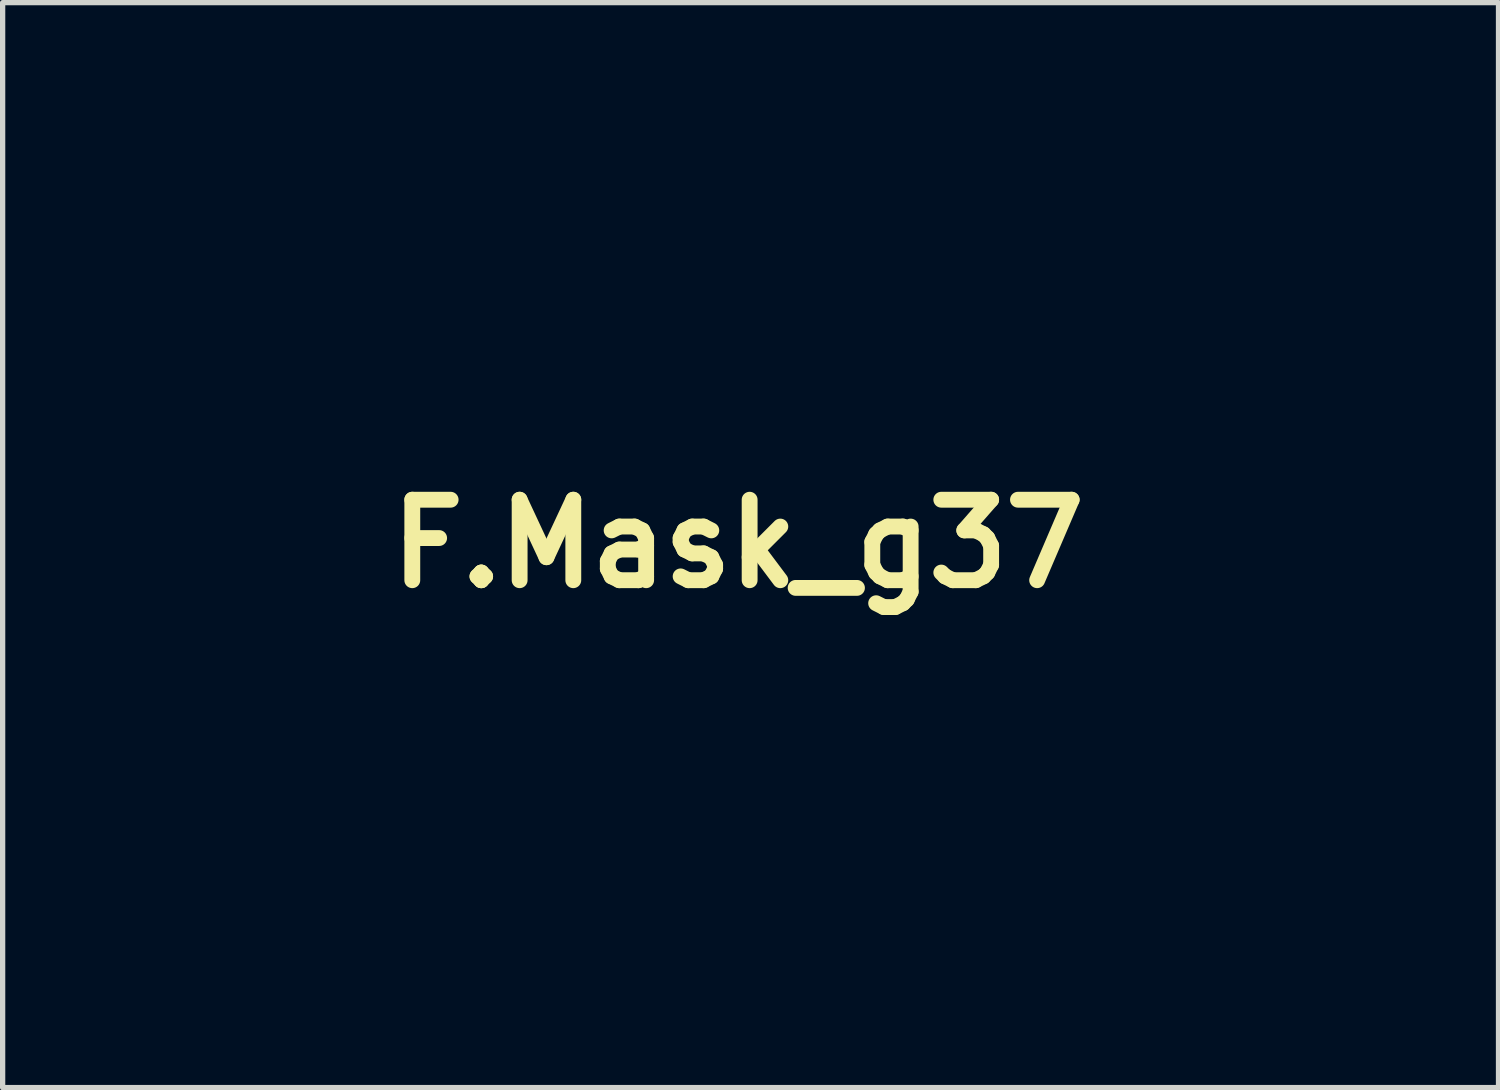
<source format=kicad_pcb>
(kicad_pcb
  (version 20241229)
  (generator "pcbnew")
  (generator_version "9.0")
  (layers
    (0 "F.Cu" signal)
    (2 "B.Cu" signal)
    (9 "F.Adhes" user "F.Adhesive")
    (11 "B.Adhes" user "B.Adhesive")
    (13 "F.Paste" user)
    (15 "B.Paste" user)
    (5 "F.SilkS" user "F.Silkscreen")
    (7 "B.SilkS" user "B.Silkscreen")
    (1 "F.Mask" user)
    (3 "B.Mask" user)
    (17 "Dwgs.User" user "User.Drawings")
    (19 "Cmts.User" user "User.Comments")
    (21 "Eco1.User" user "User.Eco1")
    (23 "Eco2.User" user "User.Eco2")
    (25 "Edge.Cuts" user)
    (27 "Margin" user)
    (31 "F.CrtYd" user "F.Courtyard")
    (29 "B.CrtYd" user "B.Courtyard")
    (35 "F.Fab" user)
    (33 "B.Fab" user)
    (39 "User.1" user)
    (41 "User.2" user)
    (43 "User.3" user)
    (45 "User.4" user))
  (footprint "F.Mask_g37"
    (layer "F.Cu")
    (at 10.924 7.245)
    (property "Reference" "F.Mask_g37" (at 0 0 0) (layer "F.SilkS") (effects (font (size 1.524 1.524) (thickness 0.3))))
    (attr through_hole)
    (fp_poly (pts (xy 1.371 -5.713) (xy 1.577 -5.708) (xy 1.715 -5.699) (xy 1.793 -5.685) (xy 1.82 -5.665) (xy 1.82 -5.663) (xy 1.806 -5.6) (xy 1.767 -5.483) (xy 1.713 -5.337) (xy 1.708 -5.324) (xy 1.595 -5.038) (xy 0.861 -5.038) (xy 0.622 -5.039) (xy 0.416 -5.044) (xy 0.256 -5.051) (xy 0.155 -5.061) (xy 0.126 -5.069) (xy 0.14 -5.122) (xy 0.177 -5.231) (xy 0.23 -5.376) (xy 0.242 -5.408) (xy 0.358 -5.715) (xy 1.089 -5.715) (xy 1.371 -5.713)) (stroke (width 0.01) (type solid)) (fill yes) (layer "F.Mask"))
    (fp_poly (pts (xy 7.881 -7.085) (xy 7.923 -7.066) (xy 7.996 -6.997) (xy 8.063 -6.889) (xy 8.069 -6.874) (xy 8.104 -6.775) (xy 8.104 -6.692) (xy 8.067 -6.585) (xy 8.05 -6.545) (xy 7.927 -6.35) (xy 7.747 -6.203) (xy 7.504 -6.099) (xy 7.207 -6.036) (xy 7.083 -6.027) (xy 7.03 -6.048) (xy 7.027 -6.061) (xy 7.045 -6.14) (xy 7.092 -6.274) (xy 7.159 -6.44) (xy 7.236 -6.619) (xy 7.316 -6.789) (xy 7.387 -6.929) (xy 7.443 -7.02) (xy 7.458 -7.038) (xy 7.577 -7.094) (xy 7.731 -7.11) (xy 7.881 -7.085)) (stroke (width 0.01) (type solid)) (fill yes) (layer "F.Mask"))
    (fp_poly (pts (xy 11.232 -5.723) (xy 11.389 -5.562) (xy 11.116 -4.891) (xy 10.988 -4.577) (xy 10.881 -4.333) (xy 10.781 -4.149) (xy 10.677 -4.016) (xy 10.555 -3.926) (xy 10.403 -3.87) (xy 10.209 -3.84) (xy 9.959 -3.826) (xy 9.64 -3.819) (xy 9.567 -3.818) (xy 8.742 -3.805) (xy 8.579 -3.972) (xy 8.417 -4.139) (xy 8.493 -4.348) (xy 9.484 -4.348) (xy 9.521 -4.331) (xy 9.62 -4.324) (xy 9.72 -4.326) (xy 9.957 -4.339) (xy 10.143 -4.802) (xy 10.238 -5.038) (xy 10.304 -5.206) (xy 10.341 -5.316) (xy 10.348 -5.381) (xy 10.325 -5.412) (xy 10.272 -5.419) (xy 10.189 -5.414) (xy 10.133 -5.41) (xy 9.887 -5.397) (xy 9.686 -4.889) (xy 9.61 -4.696) (xy 9.548 -4.531) (xy 9.503 -4.411) (xy 9.484 -4.35) (xy 9.484 -4.348) (xy 8.493 -4.348) (xy 8.523 -4.429) (xy 8.651 -4.778) (xy 8.757 -5.057) (xy 8.847 -5.274) (xy 8.924 -5.439) (xy 8.995 -5.562) (xy 9.065 -5.652) (xy 9.139 -5.718) (xy 9.222 -5.77) (xy 9.292 -5.804) (xy 9.363 -5.832) (xy 9.447 -5.853) (xy 9.556 -5.867) (xy 9.706 -5.876) (xy 9.908 -5.881) (xy 10.178 -5.883) (xy 10.268 -5.883) (xy 11.074 -5.884) (xy 11.232 -5.723)) (stroke (width 0.01) (type solid)) (fill yes) (layer "F.Mask"))
    (fp_poly (pts (xy 0.06 5.329) (xy 0.225 5.5) (xy -0.02 6.105) (xy -0.143 6.403) (xy -0.243 6.634) (xy -0.326 6.806) (xy -0.399 6.933) (xy -0.47 7.023) (xy -0.544 7.089) (xy -0.629 7.14) (xy -0.666 7.159) (xy -0.746 7.195) (xy -0.828 7.221) (xy -0.927 7.24) (xy -1.058 7.253) (xy -1.236 7.262) (xy -1.476 7.27) (xy -1.63 7.273) (xy -2.392 7.289) (xy -2.755 6.915) (xy -2.689 6.744) (xy -1.693 6.744) (xy -1.655 6.76) (xy -1.556 6.767) (xy -1.455 6.765) (xy -1.216 6.752) (xy -1.01 6.226) (xy -0.934 6.029) (xy -0.871 5.86) (xy -0.826 5.734) (xy -0.805 5.668) (xy -0.804 5.663) (xy -0.843 5.645) (xy -0.941 5.637) (xy -1.039 5.639) (xy -1.274 5.652) (xy -1.484 6.181) (xy -1.561 6.378) (xy -1.625 6.547) (xy -1.671 6.672) (xy -1.692 6.739) (xy -1.693 6.744) (xy -2.689 6.744) (xy -2.501 6.252) (xy -2.391 5.97) (xy -2.304 5.756) (xy -2.232 5.597) (xy -2.167 5.484) (xy -2.105 5.403) (xy -2.037 5.343) (xy -1.957 5.293) (xy -1.93 5.279) (xy -1.863 5.246) (xy -1.792 5.222) (xy -1.703 5.204) (xy -1.582 5.192) (xy -1.415 5.183) (xy -1.189 5.177) (xy -0.931 5.173) (xy -0.106 5.159) (xy 0.06 5.329)) (stroke (width 0.01) (type solid)) (fill yes) (layer "F.Mask"))
    (fp_poly (pts (xy -2.95 5.325) (xy -2.789 5.491) (xy -3.049 6.143) (xy -3.167 6.433) (xy -3.261 6.656) (xy -3.34 6.822) (xy -3.41 6.942) (xy -3.478 7.028) (xy -3.55 7.09) (xy -3.635 7.141) (xy -3.674 7.16) (xy -3.752 7.195) (xy -3.832 7.221) (xy -3.929 7.239) (xy -4.056 7.252) (xy -4.23 7.261) (xy -4.464 7.267) (xy -4.657 7.271) (xy -5.44 7.285) (xy -5.601 7.094) (xy -5.761 6.903) (xy -5.7 6.744) (xy -4.699 6.744) (xy -4.661 6.76) (xy -4.562 6.767) (xy -4.464 6.765) (xy -4.229 6.752) (xy -4.02 6.223) (xy -3.942 6.026) (xy -3.878 5.857) (xy -3.832 5.731) (xy -3.811 5.665) (xy -3.81 5.66) (xy -3.848 5.644) (xy -3.947 5.637) (xy -4.048 5.639) (xy -4.287 5.652) (xy -4.493 6.181) (xy -4.569 6.378) (xy -4.632 6.547) (xy -4.677 6.673) (xy -4.698 6.739) (xy -4.699 6.744) (xy -5.7 6.744) (xy -5.505 6.235) (xy -5.395 5.954) (xy -5.307 5.741) (xy -5.233 5.584) (xy -5.167 5.471) (xy -5.1 5.391) (xy -5.026 5.33) (xy -4.938 5.278) (xy -4.929 5.273) (xy -4.863 5.243) (xy -4.789 5.219) (xy -4.694 5.203) (xy -4.564 5.191) (xy -4.385 5.182) (xy -4.145 5.176) (xy -3.937 5.173) (xy -3.111 5.159) (xy -2.95 5.325)) (stroke (width 0.01) (type solid)) (fill yes) (layer "F.Mask"))
    (fp_poly (pts (xy 5.805 5.173) (xy 5.827 5.174) (xy 6.808 5.186) (xy 6.54 5.853) (xy 6.273 6.519) (xy 6.438 6.519) (xy 6.543 6.524) (xy 6.6 6.537) (xy 6.604 6.542) (xy 6.58 6.618) (xy 6.52 6.736) (xy 6.438 6.868) (xy 6.351 6.99) (xy 6.276 7.075) (xy 6.269 7.082) (xy 6.178 7.144) (xy 6.066 7.193) (xy 5.922 7.229) (xy 5.734 7.255) (xy 5.493 7.271) (xy 5.187 7.279) (xy 4.854 7.281) (xy 3.997 7.281) (xy 3.84 7.121) (xy 3.751 7.023) (xy 3.695 6.946) (xy 3.683 6.918) (xy 3.698 6.867) (xy 3.73 6.778) (xy 4.741 6.778) (xy 4.977 6.765) (xy 5.213 6.752) (xy 5.421 6.268) (xy 5.501 6.08) (xy 5.567 5.921) (xy 5.612 5.806) (xy 5.63 5.75) (xy 5.63 5.749) (xy 5.592 5.73) (xy 5.494 5.718) (xy 5.403 5.715) (xy 5.176 5.715) (xy 5.04 6.041) (xy 4.963 6.226) (xy 4.887 6.411) (xy 4.827 6.559) (xy 4.822 6.572) (xy 4.741 6.778) (xy 3.73 6.778) (xy 3.74 6.751) (xy 3.803 6.584) (xy 3.882 6.379) (xy 3.952 6.201) (xy 4.088 5.875) (xy 4.203 5.628) (xy 4.297 5.461) (xy 4.349 5.394) (xy 4.424 5.325) (xy 4.509 5.271) (xy 4.614 5.23) (xy 4.748 5.202) (xy 4.924 5.183) (xy 5.151 5.173) (xy 5.441 5.171) (xy 5.805 5.173)) (stroke (width 0.01) (type solid)) (fill yes) (layer "F.Mask"))
    (fp_poly (pts (xy 7.227 -5.883) (xy 8.022 -5.881) (xy 8.205 -5.715) (xy 8.388 -5.55) (xy 8.02 -4.678) (xy 7.318 -4.666) (xy 6.616 -4.655) (xy 6.55 -4.486) (xy 6.484 -4.318) (xy 6.714 -4.318) (xy 6.851 -4.323) (xy 6.929 -4.343) (xy 6.974 -4.388) (xy 6.993 -4.424) (xy 7.017 -4.47) (xy 7.052 -4.501) (xy 7.112 -4.518) (xy 7.215 -4.527) (xy 7.376 -4.529) (xy 7.5 -4.53) (xy 7.685 -4.528) (xy 7.835 -4.522) (xy 7.931 -4.515) (xy 7.959 -4.507) (xy 7.933 -4.423) (xy 7.868 -4.301) (xy 7.779 -4.165) (xy 7.683 -4.041) (xy 7.597 -3.954) (xy 7.592 -3.95) (xy 7.436 -3.831) (xy 6.607 -3.82) (xy 5.779 -3.809) (xy 5.62 -3.958) (xy 5.529 -4.054) (xy 5.471 -4.133) (xy 5.461 -4.162) (xy 5.476 -4.224) (xy 5.518 -4.348) (xy 5.58 -4.517) (xy 5.655 -4.716) (xy 5.738 -4.928) (xy 5.821 -5.137) (xy 5.866 -5.245) (xy 6.864 -5.245) (xy 6.88 -5.193) (xy 6.96 -5.169) (xy 7.084 -5.165) (xy 7.219 -5.169) (xy 7.296 -5.19) (xy 7.341 -5.237) (xy 7.359 -5.272) (xy 7.395 -5.357) (xy 7.408 -5.399) (xy 7.37 -5.41) (xy 7.271 -5.417) (xy 7.177 -5.419) (xy 7.033 -5.412) (xy 6.95 -5.388) (xy 6.904 -5.34) (xy 6.902 -5.337) (xy 6.864 -5.245) (xy 5.866 -5.245) (xy 5.9 -5.327) (xy 5.966 -5.481) (xy 6.014 -5.584) (xy 6.029 -5.609) (xy 6.11 -5.695) (xy 6.229 -5.78) (xy 6.264 -5.799) (xy 6.331 -5.829) (xy 6.404 -5.851) (xy 6.498 -5.867) (xy 6.626 -5.876) (xy 6.802 -5.881) (xy 7.04 -5.883) (xy 7.227 -5.883)) (stroke (width 0.01) (type solid)) (fill yes) (layer "F.Mask"))
    (fp_poly (pts (xy -0.671 -5.881) (xy -0.516 -5.873) (xy -0.414 -5.861) (xy -0.381 -5.848) (xy -0.396 -5.798) (xy -0.437 -5.684) (xy -0.499 -5.519) (xy -0.577 -5.317) (xy -0.635 -5.168) (xy -0.72 -4.951) (xy -0.793 -4.763) (xy -0.849 -4.618) (xy -0.882 -4.528) (xy -0.889 -4.506) (xy -0.852 -4.494) (xy -0.76 -4.487) (xy -0.741 -4.487) (xy -0.643 -4.476) (xy -0.594 -4.449) (xy -0.593 -4.443) (xy -0.617 -4.358) (xy -0.677 -4.238) (xy -0.756 -4.112) (xy -0.836 -4.01) (xy -0.853 -3.993) (xy -0.921 -3.936) (xy -0.996 -3.892) (xy -1.088 -3.86) (xy -1.21 -3.837) (xy -1.374 -3.823) (xy -1.59 -3.814) (xy -1.871 -3.811) (xy -2.13 -3.81) (xy -3.069 -3.81) (xy -3.259 -3.974) (xy -3.449 -4.137) (xy -3.206 -4.747) (xy -3.122 -4.962) (xy -3.051 -5.152) (xy -2.998 -5.302) (xy -2.969 -5.397) (xy -2.965 -5.419) (xy -2.987 -5.491) (xy -3.04 -5.6) (xy -3.07 -5.652) (xy -3.132 -5.758) (xy -3.17 -5.835) (xy -3.175 -5.853) (xy -3.135 -5.863) (xy -3.024 -5.872) (xy -2.858 -5.879) (xy -2.649 -5.884) (xy -2.498 -5.884) (xy -2.233 -5.882) (xy -2.027 -5.875) (xy -1.888 -5.863) (xy -1.824 -5.848) (xy -1.82 -5.843) (xy -1.835 -5.792) (xy -1.877 -5.675) (xy -1.941 -5.507) (xy -2.022 -5.298) (xy -2.115 -5.064) (xy -2.117 -5.059) (xy -2.209 -4.825) (xy -2.29 -4.62) (xy -2.355 -4.455) (xy -2.397 -4.343) (xy -2.413 -4.297) (xy -2.413 -4.296) (xy -2.375 -4.285) (xy -2.277 -4.277) (xy -2.19 -4.276) (xy -1.968 -4.276) (xy -1.654 -5.08) (xy -1.341 -5.884) (xy -0.861 -5.884) (xy -0.671 -5.881)) (stroke (width 0.01) (type solid)) (fill yes) (layer "F.Mask"))
    (fp_poly (pts (xy 2.577 3.859) (xy 2.741 3.861) (xy 2.84 3.864) (xy 2.865 3.867) (xy 2.857 3.91) (xy 2.822 4.012) (xy 2.766 4.154) (xy 2.74 4.216) (xy 2.668 4.382) (xy 2.612 4.485) (xy 2.56 4.541) (xy 2.5 4.567) (xy 2.478 4.572) (xy 2.445 4.578) (xy 2.416 4.587) (xy 2.387 4.607) (xy 2.356 4.647) (xy 2.318 4.713) (xy 2.269 4.814) (xy 2.205 4.957) (xy 2.123 5.149) (xy 2.019 5.399) (xy 1.889 5.713) (xy 1.779 5.98) (xy 1.573 6.477) (xy 2.19 6.477) (xy 2.278 6.265) (xy 2.366 6.054) (xy 2.876 6.054) (xy 3.098 6.055) (xy 3.247 6.062) (xy 3.337 6.074) (xy 3.379 6.094) (xy 3.387 6.114) (xy 3.368 6.198) (xy 3.319 6.333) (xy 3.25 6.497) (xy 3.172 6.667) (xy 3.094 6.82) (xy 3.027 6.934) (xy 2.997 6.973) (xy 2.895 7.065) (xy 2.77 7.156) (xy 2.752 7.168) (xy 2.71 7.192) (xy 2.664 7.213) (xy 2.605 7.228) (xy 2.525 7.241) (xy 2.414 7.25) (xy 2.263 7.257) (xy 2.062 7.262) (xy 1.802 7.267) (xy 1.475 7.27) (xy 1.154 7.273) (xy 0.813 7.275) (xy 0.5 7.276) (xy 0.226 7.274) (xy 0.000131 7.27) (xy -0.169 7.265) (xy -0.27 7.259) (xy -0.296 7.253) (xy -0.268 7.211) (xy -0.192 7.123) (xy -0.079 7.001) (xy 0.059 6.859) (xy 0.413 6.498) (xy 0.806 5.503) (xy 0.914 5.228) (xy 1.012 4.977) (xy 1.096 4.76) (xy 1.161 4.59) (xy 1.203 4.479) (xy 1.216 4.439) (xy 1.198 4.371) (xy 1.125 4.259) (xy 1.011 4.121) (xy 0.786 3.873) (xy 1.817 3.862) (xy 2.104 3.86) (xy 2.361 3.859) (xy 2.577 3.859)) (stroke (width 0.01) (type solid)) (fill yes) (layer "F.Mask"))
    (fp_poly (pts (xy 9.83 5.321) (xy 9.92 5.422) (xy 9.978 5.508) (xy 9.989 5.544) (xy 9.974 5.607) (xy 9.934 5.731) (xy 9.874 5.898) (xy 9.804 6.085) (xy 9.621 6.562) (xy 9.784 6.562) (xy 9.888 6.569) (xy 9.944 6.587) (xy 9.947 6.593) (xy 9.928 6.645) (xy 9.879 6.746) (xy 9.831 6.836) (xy 9.732 6.989) (xy 9.618 7.101) (xy 9.473 7.18) (xy 9.283 7.231) (xy 9.033 7.261) (xy 8.835 7.273) (xy 8.618 7.28) (xy 8.473 7.281) (xy 8.388 7.274) (xy 8.351 7.258) (xy 8.35 7.235) (xy 8.373 7.178) (xy 8.421 7.056) (xy 8.489 6.882) (xy 8.572 6.672) (xy 8.657 6.456) (xy 8.749 6.223) (xy 8.831 6.016) (xy 8.897 5.847) (xy 8.943 5.732) (xy 8.962 5.683) (xy 8.951 5.654) (xy 8.879 5.637) (xy 8.737 5.631) (xy 8.693 5.631) (xy 8.403 5.632) (xy 8.229 6.086) (xy 8.055 6.54) (xy 8.218 6.562) (xy 8.381 6.583) (xy 8.28 6.799) (xy 8.149 7.009) (xy 7.975 7.151) (xy 7.744 7.236) (xy 7.743 7.236) (xy 7.633 7.253) (xy 7.475 7.265) (xy 7.284 7.274) (xy 7.079 7.279) (xy 6.876 7.279) (xy 6.693 7.276) (xy 6.548 7.268) (xy 6.457 7.255) (xy 6.435 7.243) (xy 6.464 7.2) (xy 6.544 7.116) (xy 6.659 7.007) (xy 6.72 6.951) (xy 6.843 6.84) (xy 6.931 6.748) (xy 6.999 6.655) (xy 7.058 6.539) (xy 7.123 6.38) (xy 7.186 6.213) (xy 7.256 6.022) (xy 7.313 5.857) (xy 7.352 5.735) (xy 7.366 5.676) (xy 7.366 5.675) (xy 7.341 5.616) (xy 7.276 5.515) (xy 7.193 5.404) (xy 7.019 5.186) (xy 8.344 5.175) (xy 9.668 5.163) (xy 9.83 5.321)) (stroke (width 0.01) (type solid)) (fill yes) (layer "F.Mask"))
    (fp_poly (pts (xy 5.313 -7.239) (xy 5.567 -6.944) (xy 5.677 -6.808) (xy 5.76 -6.693) (xy 5.804 -6.614) (xy 5.808 -6.594) (xy 5.789 -6.537) (xy 5.745 -6.417) (xy 5.682 -6.249) (xy 5.606 -6.05) (xy 5.579 -5.977) (xy 5.473 -5.713) (xy 5.381 -5.517) (xy 5.294 -5.378) (xy 5.201 -5.284) (xy 5.091 -5.221) (xy 4.956 -5.179) (xy 4.91 -5.168) (xy 4.789 -5.152) (xy 4.605 -5.138) (xy 4.382 -5.128) (xy 4.14 -5.123) (xy 4.065 -5.122) (xy 3.435 -5.122) (xy 3.351 -4.9) (xy 3.299 -4.762) (xy 3.255 -4.649) (xy 3.238 -4.604) (xy 3.231 -4.557) (xy 3.273 -4.535) (xy 3.38 -4.53) (xy 3.382 -4.53) (xy 3.49 -4.52) (xy 3.551 -4.496) (xy 3.556 -4.486) (xy 3.531 -4.397) (xy 3.467 -4.273) (xy 3.382 -4.141) (xy 3.291 -4.031) (xy 3.274 -4.014) (xy 3.197 -3.948) (xy 3.117 -3.897) (xy 3.021 -3.861) (xy 2.896 -3.836) (xy 2.73 -3.821) (xy 2.51 -3.813) (xy 2.222 -3.81) (xy 2.083 -3.81) (xy 1.251 -3.81) (xy 1.617 -4.18) (xy 1.984 -4.551) (xy 2.33 -5.419) (xy 2.436 -5.685) (xy 2.482 -5.8) (xy 3.691 -5.8) (xy 4.297 -5.801) (xy 4.413 -6.111) (xy 4.468 -6.261) (xy 4.509 -6.379) (xy 4.529 -6.444) (xy 4.53 -6.449) (xy 4.491 -6.463) (xy 4.389 -6.473) (xy 4.246 -6.477) (xy 4.239 -6.477) (xy 3.949 -6.477) (xy 3.82 -6.138) (xy 3.691 -5.8) (xy 2.482 -5.8) (xy 2.537 -5.937) (xy 2.625 -6.16) (xy 2.696 -6.338) (xy 2.743 -6.457) (xy 2.753 -6.48) (xy 2.829 -6.674) (xy 2.6 -6.932) (xy 2.494 -7.054) (xy 2.414 -7.151) (xy 2.373 -7.208) (xy 2.371 -7.214) (xy 2.411 -7.22) (xy 2.527 -7.225) (xy 2.708 -7.23) (xy 2.945 -7.234) (xy 3.229 -7.237) (xy 3.549 -7.238) (xy 3.842 -7.239) (xy 5.313 -7.239)) (stroke (width 0.01) (type solid)) (fill yes) (layer "F.Mask"))
    (fp_poly (pts (xy 0.591 -1.386) (xy 0.639 -1.226) (xy 0.679 -1.09) (xy 0.704 -1.005) (xy 0.705 -1.001) (xy 0.725 -0.967) (xy 0.764 -0.974) (xy 0.835 -1.03) (xy 0.933 -1.123) (xy 1.138 -1.325) (xy 1.034 -1.477) (xy 0.971 -1.577) (xy 0.935 -1.648) (xy 0.931 -1.661) (xy 0.972 -1.67) (xy 1.084 -1.679) (xy 1.257 -1.686) (xy 1.477 -1.691) (xy 1.732 -1.693) (xy 1.82 -1.693) (xy 2.084 -1.692) (xy 2.317 -1.687) (xy 2.506 -1.68) (xy 2.64 -1.671) (xy 2.705 -1.661) (xy 2.709 -1.657) (xy 2.694 -1.603) (xy 2.655 -1.493) (xy 2.598 -1.35) (xy 2.59 -1.329) (xy 2.47 -1.037) (xy 2.237 -1.016) (xy 2.149 -1.007) (xy 2.076 -0.99) (xy 2.006 -0.959) (xy 1.925 -0.904) (xy 1.821 -0.816) (xy 1.681 -0.687) (xy 1.492 -0.508) (xy 1.49 -0.506) (xy 0.978 -0.017) (xy 1.13 0.5) (xy 1.282 1.016) (xy 1.49 1.016) (xy 1.614 1.019) (xy 1.671 1.034) (xy 1.68 1.071) (xy 1.67 1.111) (xy 1.574 1.316) (xy 1.424 1.508) (xy 1.322 1.599) (xy 1.243 1.654) (xy 1.162 1.689) (xy 1.058 1.71) (xy 0.908 1.723) (xy 0.763 1.729) (xy 0.355 1.743) (xy 0.215 1.295) (xy 0.156 1.115) (xy 0.105 0.971) (xy 0.066 0.876) (xy 0.048 0.849) (xy 0.009 0.877) (xy -0.079 0.954) (xy -0.206 1.069) (xy -0.36 1.212) (xy -0.445 1.292) (xy -0.91 1.734) (xy -1.475 1.735) (xy -1.681 1.733) (xy -1.851 1.726) (xy -1.97 1.717) (xy -2.024 1.705) (xy -2.025 1.701) (xy -1.992 1.665) (xy -1.904 1.578) (xy -1.77 1.448) (xy -1.597 1.283) (xy -1.394 1.091) (xy -1.167 0.877) (xy -1.09 0.805) (xy -0.858 0.586) (xy -0.648 0.385) (xy -0.466 0.208) (xy -0.321 0.065) (xy -0.221 -0.039) (xy -0.173 -0.096) (xy -0.17 -0.103) (xy -0.181 -0.159) (xy -0.213 -0.279) (xy -0.259 -0.444) (xy -0.313 -0.629) (xy -0.388 -0.865) (xy -0.454 -1.036) (xy -0.52 -1.161) (xy -0.594 -1.258) (xy -0.599 -1.264) (xy -0.716 -1.391) (xy -0.835 -1.521) (xy -0.866 -1.556) (xy -0.99 -1.693) (xy 0.5 -1.693) (xy 0.591 -1.386)) (stroke (width 0.01) (type solid)) (fill yes) (layer "F.Mask"))
    (fp_poly (pts (xy -7.158 -7.017) (xy -7.048 -6.896) (xy -6.963 -6.787) (xy -6.92 -6.713) (xy -6.919 -6.71) (xy -6.925 -6.635) (xy -6.958 -6.501) (xy -7.013 -6.327) (xy -7.082 -6.131) (xy -7.159 -5.934) (xy -7.236 -5.751) (xy -7.308 -5.604) (xy -7.347 -5.537) (xy -7.445 -5.423) (xy -7.58 -5.309) (xy -7.651 -5.262) (xy -7.73 -5.218) (xy -7.804 -5.186) (xy -7.888 -5.163) (xy -7.999 -5.148) (xy -8.152 -5.137) (xy -8.364 -5.128) (xy -8.546 -5.122) (xy -9.239 -5.101) (xy -9.313 -4.911) (xy -9.382 -4.734) (xy -9.417 -4.622) (xy -9.415 -4.561) (xy -9.368 -4.535) (xy -9.273 -4.529) (xy -9.174 -4.53) (xy -9.027 -4.531) (xy -8.942 -4.543) (xy -8.898 -4.575) (xy -8.872 -4.636) (xy -8.863 -4.667) (xy -8.823 -4.805) (xy -8.222 -4.817) (xy -8.005 -4.818) (xy -7.823 -4.815) (xy -7.692 -4.807) (xy -7.625 -4.795) (xy -7.62 -4.79) (xy -7.637 -4.725) (xy -7.679 -4.61) (xy -7.736 -4.472) (xy -7.796 -4.336) (xy -7.85 -4.229) (xy -7.865 -4.202) (xy -7.941 -4.117) (xy -8.05 -4.031) (xy -8.07 -4.018) (xy -8.174 -3.96) (xy -8.284 -3.913) (xy -8.41 -3.877) (xy -8.564 -3.85) (xy -8.756 -3.832) (xy -8.996 -3.82) (xy -9.297 -3.813) (xy -9.668 -3.811) (xy -9.788 -3.811) (xy -10.919 -3.81) (xy -10.755 -4.265) (xy -10.674 -4.489) (xy -10.59 -4.724) (xy -10.513 -4.934) (xy -10.476 -5.036) (xy -10.384 -5.267) (xy -10.292 -5.434) (xy -10.188 -5.555) (xy -10.056 -5.65) (xy -9.974 -5.694) (xy -9.89 -5.734) (xy -9.81 -5.762) (xy -9.719 -5.781) (xy -9.6 -5.792) (xy -9.437 -5.798) (xy -9.213 -5.8) (xy -9.077 -5.8) (xy -8.819 -5.8) (xy -8.633 -5.804) (xy -8.507 -5.811) (xy -8.429 -5.823) (xy -8.385 -5.842) (xy -8.363 -5.868) (xy -8.361 -5.874) (xy -8.331 -5.951) (xy -8.282 -6.078) (xy -8.23 -6.212) (xy -8.129 -6.477) (xy -8.708 -6.477) (xy -8.841 -6.138) (xy -9.395 -6.138) (xy -9.6 -6.141) (xy -9.771 -6.148) (xy -9.892 -6.158) (xy -9.947 -6.17) (xy -9.948 -6.173) (xy -9.934 -6.224) (xy -9.897 -6.338) (xy -9.84 -6.499) (xy -9.771 -6.69) (xy -9.763 -6.713) (xy -9.577 -7.218) (xy -7.373 -7.24) (xy -7.158 -7.017)) (stroke (width 0.01) (type solid)) (fill yes) (layer "F.Mask"))
    (fp_poly (pts (xy -5.455 3.857) (xy -5.349 3.872) (xy -5.293 3.903) (xy -5.279 3.953) (xy -5.297 4.027) (xy -5.339 4.13) (xy -5.396 4.264) (xy -5.457 4.403) (xy -5.51 4.479) (xy -5.571 4.513) (xy -5.616 4.521) (xy -5.654 4.528) (xy -5.689 4.547) (xy -5.725 4.587) (xy -5.768 4.657) (xy -5.82 4.767) (xy -5.889 4.925) (xy -5.977 5.141) (xy -6.091 5.424) (xy -6.128 5.516) (xy -6.235 5.787) (xy -6.331 6.032) (xy -6.412 6.239) (xy -6.473 6.399) (xy -6.51 6.5) (xy -6.519 6.53) (xy -6.482 6.55) (xy -6.388 6.561) (xy -6.351 6.562) (xy -6.244 6.565) (xy -6.204 6.586) (xy -6.213 6.641) (xy -6.227 6.678) (xy -6.353 6.914) (xy -6.532 7.099) (xy -6.624 7.16) (xy -6.702 7.199) (xy -6.788 7.227) (xy -6.898 7.246) (xy -7.049 7.26) (xy -7.259 7.269) (xy -7.397 7.274) (xy -7.623 7.278) (xy -7.807 7.277) (xy -7.937 7.27) (xy -7.998 7.258) (xy -8.001 7.254) (xy -7.986 7.204) (xy -7.944 7.089) (xy -7.881 6.922) (xy -7.801 6.718) (xy -7.726 6.529) (xy -7.636 6.305) (xy -7.559 6.108) (xy -7.499 5.953) (xy -7.461 5.852) (xy -7.451 5.819) (xy -7.489 5.809) (xy -7.591 5.805) (xy -7.736 5.808) (xy -7.751 5.808) (xy -8.052 5.821) (xy -8.196 6.178) (xy -8.259 6.337) (xy -8.308 6.462) (xy -8.336 6.536) (xy -8.34 6.549) (xy -8.302 6.557) (xy -8.208 6.561) (xy -8.167 6.562) (xy -8.059 6.566) (xy -8.016 6.588) (xy -8.018 6.639) (xy -8.023 6.657) (xy -8.103 6.827) (xy -8.232 6.997) (xy -8.384 7.134) (xy -8.445 7.171) (xy -8.514 7.203) (xy -8.591 7.227) (xy -8.691 7.244) (xy -8.826 7.256) (xy -9.011 7.265) (xy -9.26 7.272) (xy -9.409 7.275) (xy -9.728 7.279) (xy -9.967 7.277) (xy -10.123 7.268) (xy -10.196 7.254) (xy -10.202 7.247) (xy -10.173 7.203) (xy -10.093 7.114) (xy -9.976 6.996) (xy -9.846 6.872) (xy -9.489 6.54) (xy -8.64 4.386) (xy -8.874 4.119) (xy -9.109 3.852) (xy -8.195 3.852) (xy -7.927 3.854) (xy -7.69 3.858) (xy -7.497 3.865) (xy -7.359 3.873) (xy -7.288 3.883) (xy -7.281 3.887) (xy -7.297 3.937) (xy -7.342 4.049) (xy -7.408 4.21) (xy -7.49 4.404) (xy -7.532 4.501) (xy -7.783 5.08) (xy -7.169 5.08) (xy -6.988 4.637) (xy -6.806 4.194) (xy -6.942 4.023) (xy -7.077 3.852) (xy -6.16 3.852) (xy -5.852 3.851) (xy -5.62 3.851) (xy -5.455 3.857)) (stroke (width 0.01) (type solid)) (fill yes) (layer "F.Mask"))
    (fp_poly (pts (xy -3.499 -7.238) (xy -3.265 -7.234) (xy -3.098 -7.227) (xy -2.991 -7.217) (xy -2.936 -7.202) (xy -2.924 -7.186) (xy -2.94 -7.123) (xy -2.979 -7.005) (xy -3.034 -6.857) (xy -3.042 -6.837) (xy -3.104 -6.684) (xy -3.154 -6.593) (xy -3.204 -6.546) (xy -3.271 -6.524) (xy -3.3 -6.519) (xy -3.399 -6.492) (xy -3.459 -6.429) (xy -3.499 -6.333) (xy -3.547 -6.213) (xy -3.596 -6.121) (xy -3.606 -6.108) (xy -3.72 -6.018) (xy -3.911 -5.928) (xy -4.17 -5.841) (xy -4.337 -5.795) (xy -4.705 -5.703) (xy -4.48 -5.582) (xy -4.312 -5.476) (xy -4.163 -5.354) (xy -4.049 -5.233) (xy -3.987 -5.128) (xy -3.98 -5.091) (xy -3.997 -5.013) (xy -4.042 -4.891) (xy -4.086 -4.79) (xy -4.142 -4.666) (xy -4.18 -4.577) (xy -4.191 -4.547) (xy -4.153 -4.536) (xy -4.059 -4.53) (xy -4.022 -4.53) (xy -3.916 -4.525) (xy -3.857 -4.512) (xy -3.852 -4.507) (xy -3.87 -4.46) (xy -3.915 -4.362) (xy -3.954 -4.285) (xy -4.097 -4.06) (xy -4.262 -3.911) (xy -4.374 -3.855) (xy -4.455 -3.839) (xy -4.592 -3.826) (xy -4.767 -3.817) (xy -4.964 -3.812) (xy -5.163 -3.811) (xy -5.346 -3.813) (xy -5.497 -3.82) (xy -5.598 -3.831) (xy -5.63 -3.845) (xy -5.614 -3.894) (xy -5.57 -4.007) (xy -5.504 -4.168) (xy -5.421 -4.363) (xy -5.376 -4.466) (xy -5.288 -4.673) (xy -5.213 -4.852) (xy -5.157 -4.99) (xy -5.126 -5.071) (xy -5.122 -5.087) (xy -5.157 -5.123) (xy -5.245 -5.179) (xy -5.36 -5.241) (xy -5.478 -5.295) (xy -5.571 -5.329) (xy -5.602 -5.334) (xy -5.645 -5.295) (xy -5.706 -5.186) (xy -5.78 -5.019) (xy -5.809 -4.942) (xy -5.957 -4.551) (xy -5.794 -4.538) (xy -5.687 -4.522) (xy -5.641 -4.487) (xy -5.65 -4.414) (xy -5.71 -4.287) (xy -5.711 -4.285) (xy -5.793 -4.138) (xy -5.878 -4.026) (xy -5.977 -3.942) (xy -6.103 -3.883) (xy -6.267 -3.844) (xy -6.481 -3.822) (xy -6.758 -3.812) (xy -7.057 -3.81) (xy -7.851 -3.81) (xy -7.479 -4.183) (xy -7.108 -4.557) (xy -6.775 -5.401) (xy -6.67 -5.666) (xy -6.571 -5.918) (xy -6.482 -6.142) (xy -6.411 -6.322) (xy -6.364 -6.443) (xy -6.357 -6.46) (xy -6.272 -6.675) (xy -6.501 -6.939) (xy -6.607 -7.062) (xy -6.687 -7.159) (xy -6.728 -7.214) (xy -6.731 -7.221) (xy -6.691 -7.226) (xy -6.578 -7.231) (xy -6.405 -7.235) (xy -6.184 -7.237) (xy -5.927 -7.239) (xy -5.821 -7.239) (xy -5.48 -7.237) (xy -5.217 -7.231) (xy -5.034 -7.221) (xy -4.932 -7.207) (xy -4.911 -7.195) (xy -4.926 -7.141) (xy -4.969 -7.026) (xy -5.031 -6.867) (xy -5.106 -6.685) (xy -5.18 -6.503) (xy -5.238 -6.35) (xy -5.273 -6.243) (xy -5.281 -6.198) (xy -5.281 -6.198) (xy -5.233 -6.197) (xy -5.124 -6.215) (xy -4.978 -6.248) (xy -4.953 -6.254) (xy -4.647 -6.331) (xy -4.553 -6.563) (xy -4.459 -6.795) (xy -4.579 -6.971) (xy -4.648 -7.082) (xy -4.692 -7.167) (xy -4.699 -7.194) (xy -4.661 -7.211) (xy -4.544 -7.224) (xy -4.348 -7.233) (xy -4.07 -7.238) (xy -3.81 -7.239) (xy -3.499 -7.238)) (stroke (width 0.01) (type solid)) (fill yes) (layer "F.Mask")))
  (gr_rect
    (start -3 -3)
    (end 25.319 17.54)
    (stroke (width 0.1) (type default))
    (fill no)
    (layer "Edge.Cuts")))
</source>
